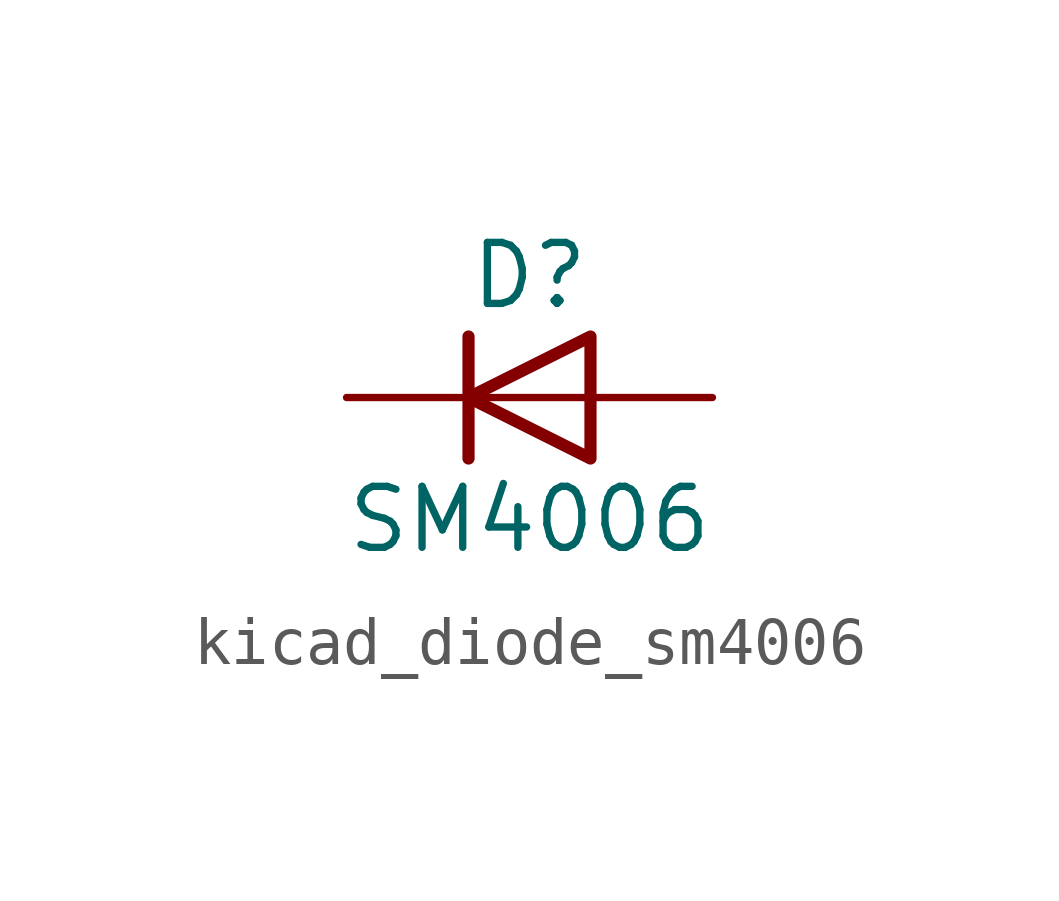
<source format=kicad_sym>
(kicad_symbol_lib
  (version 20220914)
  (generator kicad_symbol_editor)
  (symbol "kicad_diode_sm4006"
    (pin_numbers hide)
    (pin_names hide)
    (property "Reference" "D"
      (at 0 2.54 0)
      (effects (font (size 1.27 1.27))))
    (property "Value" "SM4006"
      (at 0 -2.54 0)
      (effects (font (size 1.27 1.27))))
    (symbol "kicad_diode_sm4006_0_1"
      (polyline (pts (xy -1.27 1.27) (xy -1.27 -1.27)) (stroke (width 0.254) (type default)) (fill (type none)))
      (polyline (pts (xy 1.27 0) (xy -1.27 0)) (stroke (width 0) (type default)) (fill (type none)))
      (polyline (pts (xy 1.27 1.27) (xy 1.27 -1.27) (xy -1.27 0) (xy 1.27 1.27)) (stroke (width 0.254) (type default)) (fill (type none))))
    (symbol "kicad_diode_sm4006_1_1"
      (pin passive line (at -3.81 0 0) (length 2.54) (name "K" (effects (font (size 1.27 1.27)))) (number "1" (effects (font (size 1.27 1.27)))))
      (pin passive line (at 3.81 0 180) (length 2.54) (name "A" (effects (font (size 1.27 1.27)))) (number "2" (effects (font (size 1.27 1.27))))))))
</source>
